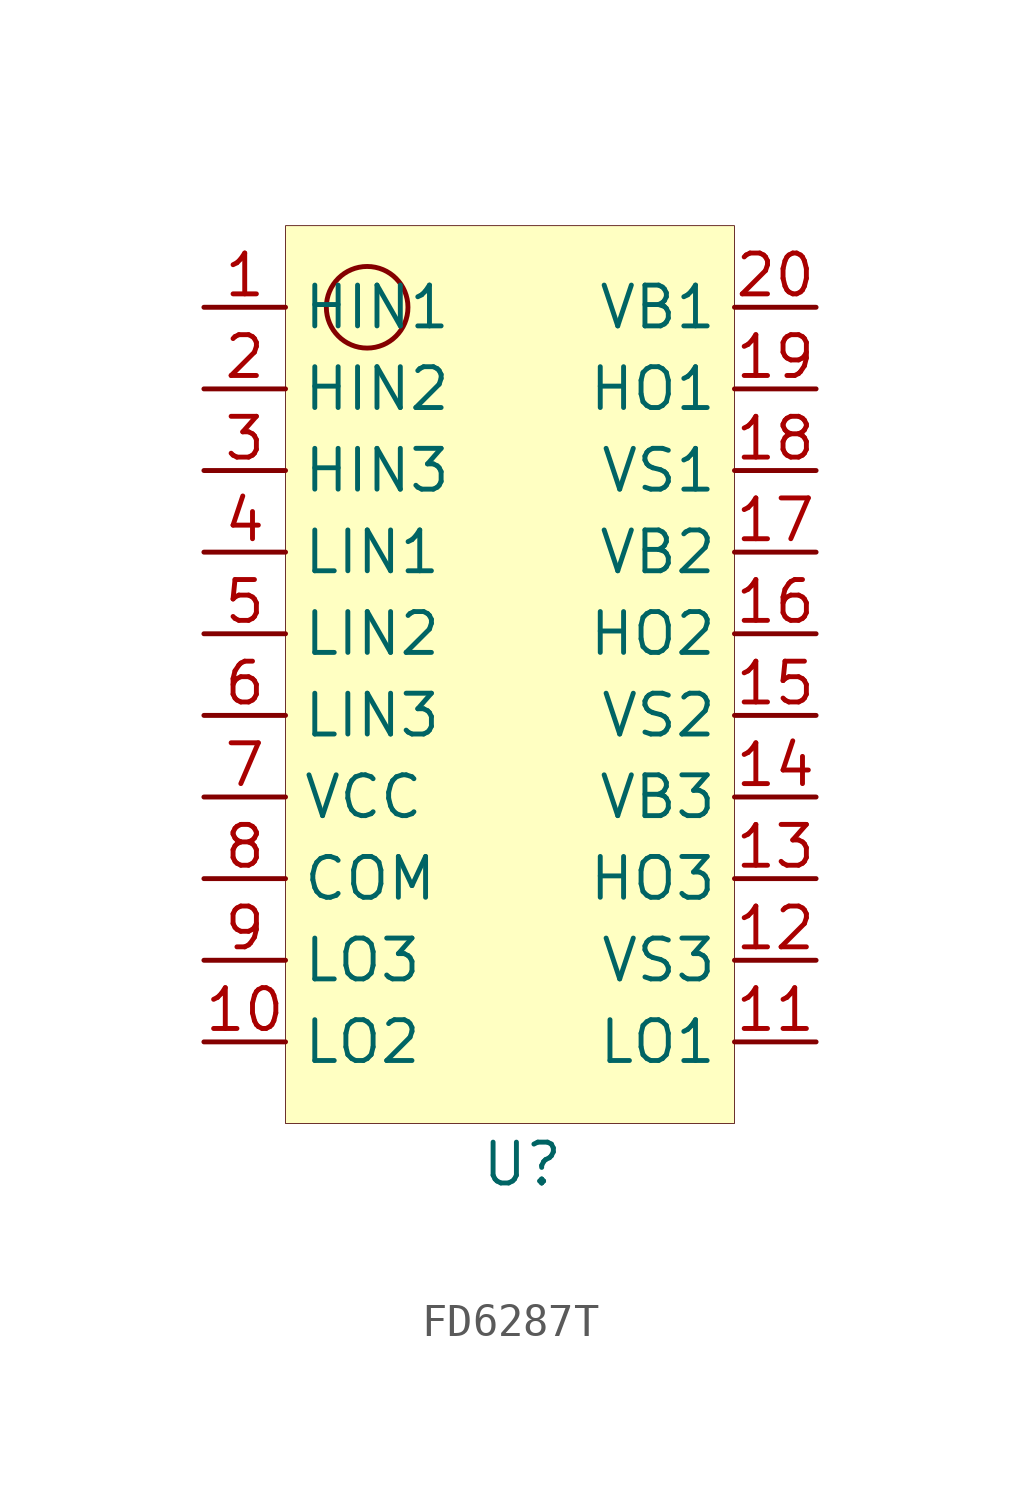
<source format=kicad_sym>
(kicad_symbol_lib
  (version 20231120)
  (generator "kicad_symbol_editor")
  (generator_version "8.0")
  (symbol "FD6287T"
    (property "Reference" "U"
      (at 1.016 -13.97 0)
      (effects (font (size 1.27 1.27))))
    (property "Value" ""
      (at 0 7.62 0)
      (effects (font (size 1.27 1.27))))
    (symbol "FD6287T_0_1"
      (rectangle (start -6.35 15.24) (end 7.62 -12.7) (stroke (width 0.025) (type default) (color 72 0 0 1)) (fill (type background)))
      (circle (center -3.81 12.7) (radius 1.27) (stroke (width 0) (type default)) (fill (type none))))
    (symbol "FD6287T_1_1"
      (pin unspecified line (at -8.89 12.7 0) (length 2.54) (name "HIN1" (effects (font (size 1.27 1.27)))) (number "1" (effects (font (size 1.27 1.27)))))
      (pin unspecified line (at -8.89 -10.16 0) (length 2.54) (name "LO2" (effects (font (size 1.27 1.27)))) (number "10" (effects (font (size 1.27 1.27)))))
      (pin unspecified line (at 10.16 -10.16 180) (length 2.54) (name "LO1" (effects (font (size 1.27 1.27)))) (number "11" (effects (font (size 1.27 1.27)))))
      (pin unspecified line (at 10.16 -7.62 180) (length 2.54) (name "VS3" (effects (font (size 1.27 1.27)))) (number "12" (effects (font (size 1.27 1.27)))))
      (pin unspecified line (at 10.16 -5.08 180) (length 2.54) (name "HO3" (effects (font (size 1.27 1.27)))) (number "13" (effects (font (size 1.27 1.27)))))
      (pin unspecified line (at 10.16 -2.54 180) (length 2.54) (name "VB3" (effects (font (size 1.27 1.27)))) (number "14" (effects (font (size 1.27 1.27)))))
      (pin unspecified line (at 10.16 0 180) (length 2.54) (name "VS2" (effects (font (size 1.27 1.27)))) (number "15" (effects (font (size 1.27 1.27)))))
      (pin unspecified line (at 10.16 2.54 180) (length 2.54) (name "HO2" (effects (font (size 1.27 1.27)))) (number "16" (effects (font (size 1.27 1.27)))))
      (pin unspecified line (at 10.16 5.08 180) (length 2.54) (name "VB2" (effects (font (size 1.27 1.27)))) (number "17" (effects (font (size 1.27 1.27)))))
      (pin unspecified line (at 10.16 7.62 180) (length 2.54) (name "VS1" (effects (font (size 1.27 1.27)))) (number "18" (effects (font (size 1.27 1.27)))))
      (pin unspecified line (at 10.16 10.16 180) (length 2.54) (name "HO1" (effects (font (size 1.27 1.27)))) (number "19" (effects (font (size 1.27 1.27)))))
      (pin unspecified line (at -8.89 10.16 0) (length 2.54) (name "HIN2" (effects (font (size 1.27 1.27)))) (number "2" (effects (font (size 1.27 1.27)))))
      (pin unspecified line (at 10.16 12.7 180) (length 2.54) (name "VB1" (effects (font (size 1.27 1.27)))) (number "20" (effects (font (size 1.27 1.27)))))
      (pin unspecified line (at -8.89 7.62 0) (length 2.54) (name "HIN3" (effects (font (size 1.27 1.27)))) (number "3" (effects (font (size 1.27 1.27)))))
      (pin unspecified line (at -8.89 5.08 0) (length 2.54) (name "LIN1" (effects (font (size 1.27 1.27)))) (number "4" (effects (font (size 1.27 1.27)))))
      (pin unspecified line (at -8.89 2.54 0) (length 2.54) (name "LIN2" (effects (font (size 1.27 1.27)))) (number "5" (effects (font (size 1.27 1.27)))))
      (pin unspecified line (at -8.89 0 0) (length 2.54) (name "LIN3" (effects (font (size 1.27 1.27)))) (number "6" (effects (font (size 1.27 1.27)))))
      (pin unspecified line (at -8.89 -2.54 0) (length 2.54) (name "VCC" (effects (font (size 1.27 1.27)))) (number "7" (effects (font (size 1.27 1.27)))))
      (pin unspecified line (at -8.89 -5.08 0) (length 2.54) (name "COM" (effects (font (size 1.27 1.27)))) (number "8" (effects (font (size 1.27 1.27)))))
      (pin unspecified line (at -8.89 -7.62 0) (length 2.54) (name "LO3" (effects (font (size 1.27 1.27)))) (number "9" (effects (font (size 1.27 1.27))))))))
</source>
